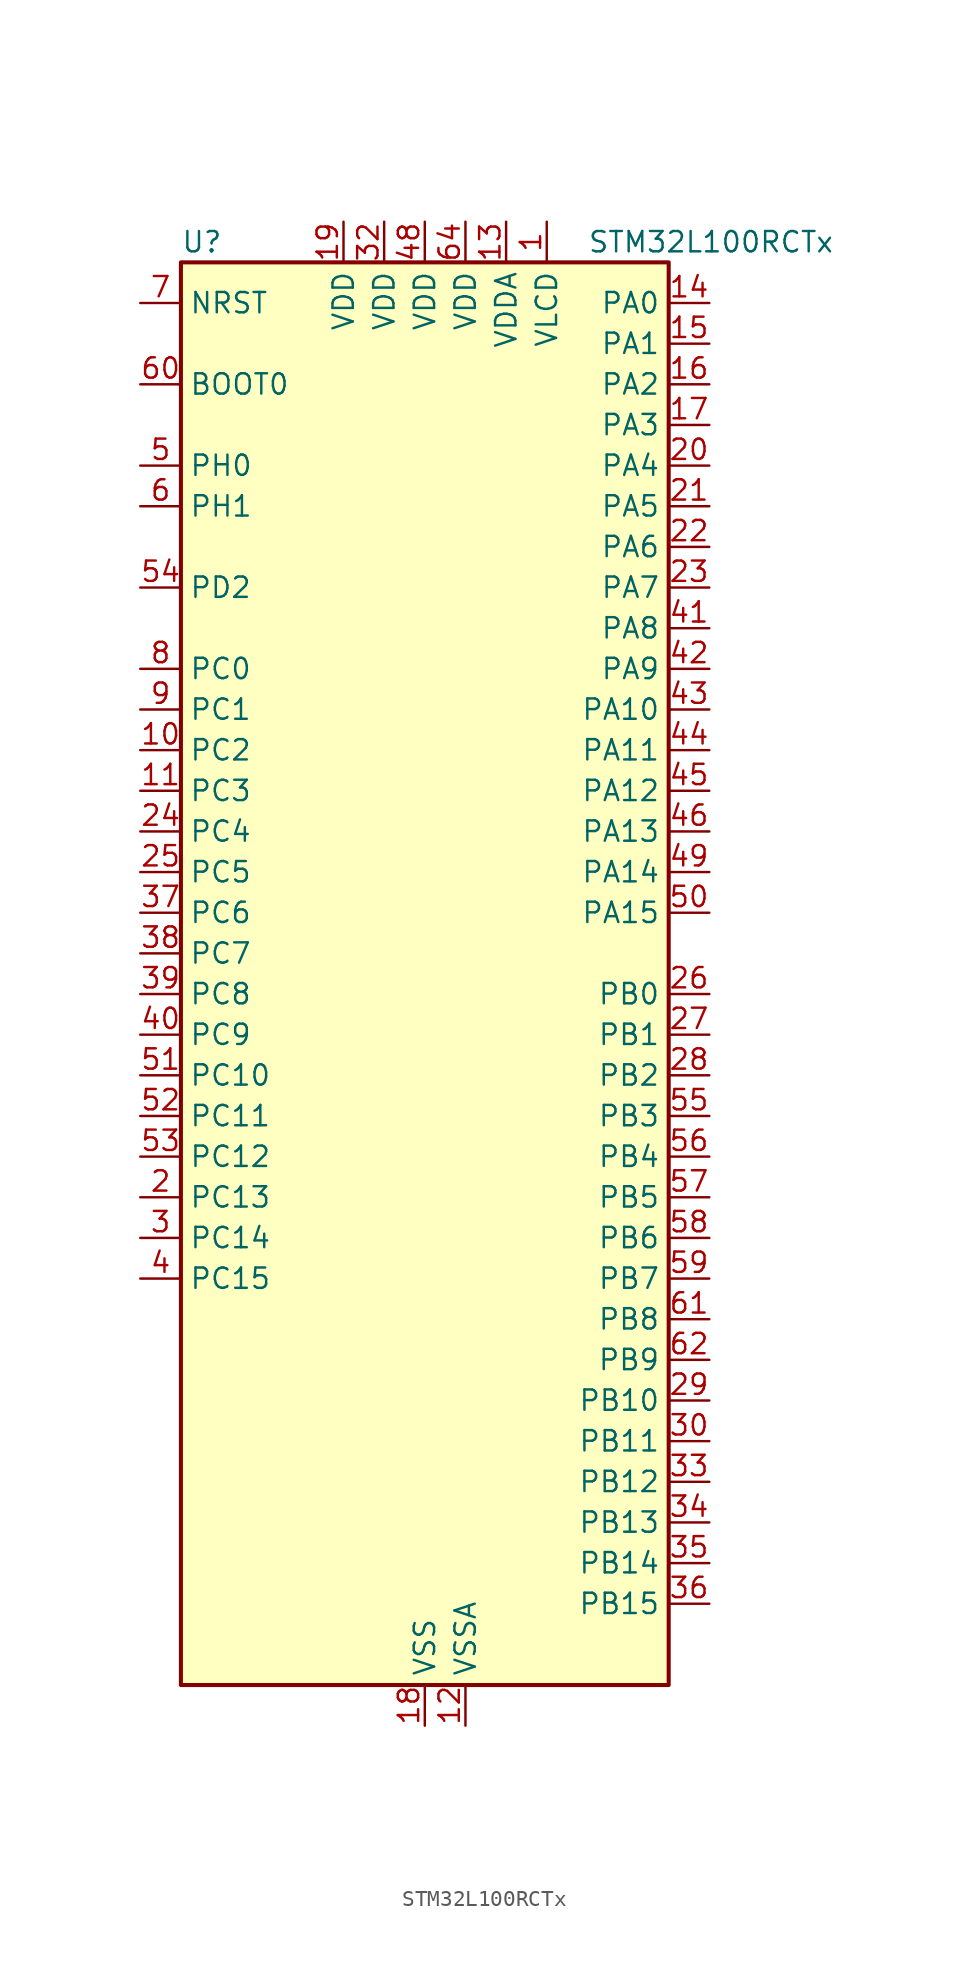
<source format=kicad_sym>
(kicad_symbol_lib
  (version 20220914)
  (generator kicad_symbol_editor)
  (symbol "STM32L100RCTx"
    (property "Reference" "U"
      (at -15.24 46.99 0)
      (effects (font (size 1.27 1.27)) (justify left)))
    (property "Value" "STM32L100RCTx"
      (at 10.16 46.99 0)
      (effects (font (size 1.27 1.27)) (justify left)))
    (property "ki_locked" ""
      (at 0 0 0)
      (effects (font (size 1.27 1.27))))
    (symbol "STM32L100RCTx_0_1"
      (rectangle (start -15.24 -43.18) (end 15.24 45.72) (stroke (width 0.254) (type default)) (fill (type background))))
    (symbol "STM32L100RCTx_1_1"
      (pin power_in line (at 7.62 48.26 270) (length 2.54) (name "VLCD" (effects (font (size 1.27 1.27)))) (number "1" (effects (font (size 1.27 1.27)))))
      (pin bidirectional line (at -17.78 15.24 0) (length 2.54) (name "PC2" (effects (font (size 1.27 1.27)))) (number "10" (effects (font (size 1.27 1.27)))) (alternate "ADC_IN12" bidirectional line) (alternate "COMP1_INP" bidirectional line) (alternate "LCD_SEG20" bidirectional line) (alternate "TIMX_IC3" bidirectional line))
      (pin bidirectional line (at -17.78 12.7 0) (length 2.54) (name "PC3" (effects (font (size 1.27 1.27)))) (number "11" (effects (font (size 1.27 1.27)))) (alternate "ADC_IN13" bidirectional line) (alternate "COMP1_INP" bidirectional line) (alternate "LCD_SEG21" bidirectional line) (alternate "TIMX_IC4" bidirectional line))
      (pin power_in line (at 2.54 -45.72 90) (length 2.54) (name "VSSA" (effects (font (size 1.27 1.27)))) (number "12" (effects (font (size 1.27 1.27)))))
      (pin power_in line (at 5.08 48.26 270) (length 2.54) (name "VDDA" (effects (font (size 1.27 1.27)))) (number "13" (effects (font (size 1.27 1.27)))))
      (pin bidirectional line (at 17.78 43.18 180) (length 2.54) (name "PA0" (effects (font (size 1.27 1.27)))) (number "14" (effects (font (size 1.27 1.27)))) (alternate "ADC_IN0" bidirectional line) (alternate "COMP1_INP" bidirectional line) (alternate "RTC_TAMP2" bidirectional line) (alternate "SYS_WKUP1" bidirectional line) (alternate "TIM2_CH1" bidirectional line) (alternate "TIM2_ETR" bidirectional line) (alternate "TIMX_IC1" bidirectional line) (alternate "USART2_CTS" bidirectional line))
      (pin bidirectional line (at 17.78 40.64 180) (length 2.54) (name "PA1" (effects (font (size 1.27 1.27)))) (number "15" (effects (font (size 1.27 1.27)))) (alternate "ADC_IN1" bidirectional line) (alternate "COMP1_INP" bidirectional line) (alternate "LCD_SEG0" bidirectional line) (alternate "TIM2_CH2" bidirectional line) (alternate "TIMX_IC2" bidirectional line) (alternate "USART2_RTS" bidirectional line))
      (pin bidirectional line (at 17.78 38.1 180) (length 2.54) (name "PA2" (effects (font (size 1.27 1.27)))) (number "16" (effects (font (size 1.27 1.27)))) (alternate "ADC_IN2" bidirectional line) (alternate "COMP1_INP" bidirectional line) (alternate "LCD_SEG1" bidirectional line) (alternate "TIM2_CH3" bidirectional line) (alternate "TIM9_CH1" bidirectional line) (alternate "TIMX_IC3" bidirectional line) (alternate "USART2_TX" bidirectional line))
      (pin bidirectional line (at 17.78 35.56 180) (length 2.54) (name "PA3" (effects (font (size 1.27 1.27)))) (number "17" (effects (font (size 1.27 1.27)))) (alternate "ADC_IN3" bidirectional line) (alternate "COMP1_INP" bidirectional line) (alternate "LCD_SEG2" bidirectional line) (alternate "TIM2_CH4" bidirectional line) (alternate "TIM9_CH2" bidirectional line) (alternate "TIMX_IC4" bidirectional line) (alternate "USART2_RX" bidirectional line))
      (pin power_in line (at 0 -45.72 90) (length 2.54) (name "VSS" (effects (font (size 1.27 1.27)))) (number "18" (effects (font (size 1.27 1.27)))))
      (pin power_in line (at -5.08 48.26 270) (length 2.54) (name "VDD" (effects (font (size 1.27 1.27)))) (number "19" (effects (font (size 1.27 1.27)))))
      (pin bidirectional line (at -17.78 -12.7 0) (length 2.54) (name "PC13" (effects (font (size 1.27 1.27)))) (number "2" (effects (font (size 1.27 1.27)))) (alternate "RTC_OUT_ALARM" bidirectional line) (alternate "RTC_OUT_CALIB" bidirectional line) (alternate "RTC_TAMP1" bidirectional line) (alternate "RTC_TS" bidirectional line) (alternate "SYS_WKUP2" bidirectional line) (alternate "TIMX_IC2" bidirectional line))
      (pin bidirectional line (at 17.78 33.02 180) (length 2.54) (name "PA4" (effects (font (size 1.27 1.27)))) (number "20" (effects (font (size 1.27 1.27)))) (alternate "ADC_IN4" bidirectional line) (alternate "COMP1_INP" bidirectional line) (alternate "DAC_OUT1" bidirectional line) (alternate "I2S3_WS" bidirectional line) (alternate "SPI1_NSS" bidirectional line) (alternate "SPI3_NSS" bidirectional line) (alternate "TIMX_IC1" bidirectional line) (alternate "USART2_CK" bidirectional line))
      (pin bidirectional line (at 17.78 30.48 180) (length 2.54) (name "PA5" (effects (font (size 1.27 1.27)))) (number "21" (effects (font (size 1.27 1.27)))) (alternate "ADC_IN5" bidirectional line) (alternate "COMP1_INP" bidirectional line) (alternate "DAC_OUT2" bidirectional line) (alternate "SPI1_SCK" bidirectional line) (alternate "TIM2_CH1" bidirectional line) (alternate "TIM2_ETR" bidirectional line) (alternate "TIMX_IC2" bidirectional line))
      (pin bidirectional line (at 17.78 27.94 180) (length 2.54) (name "PA6" (effects (font (size 1.27 1.27)))) (number "22" (effects (font (size 1.27 1.27)))) (alternate "ADC_IN6" bidirectional line) (alternate "COMP1_INP" bidirectional line) (alternate "LCD_SEG3" bidirectional line) (alternate "SPI1_MISO" bidirectional line) (alternate "TIM10_CH1" bidirectional line) (alternate "TIM3_CH1" bidirectional line) (alternate "TIMX_IC3" bidirectional line))
      (pin bidirectional line (at 17.78 25.4 180) (length 2.54) (name "PA7" (effects (font (size 1.27 1.27)))) (number "23" (effects (font (size 1.27 1.27)))) (alternate "ADC_IN7" bidirectional line) (alternate "COMP1_INP" bidirectional line) (alternate "LCD_SEG4" bidirectional line) (alternate "SPI1_MOSI" bidirectional line) (alternate "TIM11_CH1" bidirectional line) (alternate "TIM3_CH2" bidirectional line) (alternate "TIMX_IC4" bidirectional line))
      (pin bidirectional line (at -17.78 10.16 0) (length 2.54) (name "PC4" (effects (font (size 1.27 1.27)))) (number "24" (effects (font (size 1.27 1.27)))) (alternate "ADC_IN14" bidirectional line) (alternate "COMP1_INP" bidirectional line) (alternate "LCD_SEG22" bidirectional line) (alternate "TIMX_IC1" bidirectional line))
      (pin bidirectional line (at -17.78 7.62 0) (length 2.54) (name "PC5" (effects (font (size 1.27 1.27)))) (number "25" (effects (font (size 1.27 1.27)))) (alternate "ADC_IN15" bidirectional line) (alternate "COMP1_INP" bidirectional line) (alternate "LCD_SEG23" bidirectional line) (alternate "TIMX_IC2" bidirectional line))
      (pin bidirectional line (at 17.78 0 180) (length 2.54) (name "PB0" (effects (font (size 1.27 1.27)))) (number "26" (effects (font (size 1.27 1.27)))) (alternate "ADC_IN8" bidirectional line) (alternate "COMP1_INP" bidirectional line) (alternate "LCD_SEG5" bidirectional line) (alternate "SYS_V_REF_OUT" bidirectional line) (alternate "TIM3_CH3" bidirectional line))
      (pin bidirectional line (at 17.78 -2.54 180) (length 2.54) (name "PB1" (effects (font (size 1.27 1.27)))) (number "27" (effects (font (size 1.27 1.27)))) (alternate "ADC_IN9" bidirectional line) (alternate "COMP1_INP" bidirectional line) (alternate "LCD_SEG6" bidirectional line) (alternate "SYS_V_REF_OUT" bidirectional line) (alternate "TIM3_CH4" bidirectional line))
      (pin bidirectional line (at 17.78 -5.08 180) (length 2.54) (name "PB2" (effects (font (size 1.27 1.27)))) (number "28" (effects (font (size 1.27 1.27)))) (alternate "COMP1_INP" bidirectional line))
      (pin bidirectional line (at 17.78 -25.4 180) (length 2.54) (name "PB10" (effects (font (size 1.27 1.27)))) (number "29" (effects (font (size 1.27 1.27)))) (alternate "I2C2_SCL" bidirectional line) (alternate "LCD_SEG10" bidirectional line) (alternate "TIM2_CH3" bidirectional line) (alternate "USART3_TX" bidirectional line))
      (pin bidirectional line (at -17.78 -15.24 0) (length 2.54) (name "PC14" (effects (font (size 1.27 1.27)))) (number "3" (effects (font (size 1.27 1.27)))) (alternate "RCC_OSC32_IN" bidirectional line) (alternate "TIMX_IC3" bidirectional line))
      (pin bidirectional line (at 17.78 -27.94 180) (length 2.54) (name "PB11" (effects (font (size 1.27 1.27)))) (number "30" (effects (font (size 1.27 1.27)))) (alternate "ADC_EXTI11" bidirectional line) (alternate "I2C2_SDA" bidirectional line) (alternate "LCD_SEG11" bidirectional line) (alternate "TIM2_CH4" bidirectional line) (alternate "USART3_RX" bidirectional line))
      (pin passive line (at 0 -45.72 90) (length 2.54) hide (name "VSS" (effects (font (size 1.27 1.27)))) (number "31" (effects (font (size 1.27 1.27)))))
      (pin power_in line (at -2.54 48.26 270) (length 2.54) (name "VDD" (effects (font (size 1.27 1.27)))) (number "32" (effects (font (size 1.27 1.27)))))
      (pin bidirectional line (at 17.78 -30.48 180) (length 2.54) (name "PB12" (effects (font (size 1.27 1.27)))) (number "33" (effects (font (size 1.27 1.27)))) (alternate "ADC_IN18" bidirectional line) (alternate "COMP1_INP" bidirectional line) (alternate "I2C2_SMBA" bidirectional line) (alternate "I2S2_WS" bidirectional line) (alternate "LCD_SEG12" bidirectional line) (alternate "SPI2_NSS" bidirectional line) (alternate "TIM10_CH1" bidirectional line) (alternate "USART3_CK" bidirectional line))
      (pin bidirectional line (at 17.78 -33.02 180) (length 2.54) (name "PB13" (effects (font (size 1.27 1.27)))) (number "34" (effects (font (size 1.27 1.27)))) (alternate "ADC_IN19" bidirectional line) (alternate "COMP1_INP" bidirectional line) (alternate "I2S2_CK" bidirectional line) (alternate "LCD_SEG13" bidirectional line) (alternate "SPI2_SCK" bidirectional line) (alternate "TIM9_CH1" bidirectional line) (alternate "USART3_CTS" bidirectional line))
      (pin bidirectional line (at 17.78 -35.56 180) (length 2.54) (name "PB14" (effects (font (size 1.27 1.27)))) (number "35" (effects (font (size 1.27 1.27)))) (alternate "ADC_IN20" bidirectional line) (alternate "COMP1_INP" bidirectional line) (alternate "LCD_SEG14" bidirectional line) (alternate "SPI2_MISO" bidirectional line) (alternate "TIM9_CH2" bidirectional line) (alternate "USART3_RTS" bidirectional line))
      (pin bidirectional line (at 17.78 -38.1 180) (length 2.54) (name "PB15" (effects (font (size 1.27 1.27)))) (number "36" (effects (font (size 1.27 1.27)))) (alternate "ADC_EXTI15" bidirectional line) (alternate "ADC_IN21" bidirectional line) (alternate "COMP1_INP" bidirectional line) (alternate "I2S2_SD" bidirectional line) (alternate "LCD_SEG15" bidirectional line) (alternate "RTC_REFIN" bidirectional line) (alternate "SPI2_MOSI" bidirectional line) (alternate "TIM11_CH1" bidirectional line))
      (pin bidirectional line (at -17.78 5.08 0) (length 2.54) (name "PC6" (effects (font (size 1.27 1.27)))) (number "37" (effects (font (size 1.27 1.27)))) (alternate "I2S2_MCK" bidirectional line) (alternate "LCD_SEG24" bidirectional line) (alternate "TIM3_CH1" bidirectional line) (alternate "TIMX_IC3" bidirectional line))
      (pin bidirectional line (at -17.78 2.54 0) (length 2.54) (name "PC7" (effects (font (size 1.27 1.27)))) (number "38" (effects (font (size 1.27 1.27)))) (alternate "I2S3_MCK" bidirectional line) (alternate "LCD_SEG25" bidirectional line) (alternate "TIM3_CH2" bidirectional line) (alternate "TIMX_IC4" bidirectional line))
      (pin bidirectional line (at -17.78 0 0) (length 2.54) (name "PC8" (effects (font (size 1.27 1.27)))) (number "39" (effects (font (size 1.27 1.27)))) (alternate "LCD_SEG26" bidirectional line) (alternate "TIM3_CH3" bidirectional line) (alternate "TIMX_IC1" bidirectional line))
      (pin bidirectional line (at -17.78 -17.78 0) (length 2.54) (name "PC15" (effects (font (size 1.27 1.27)))) (number "4" (effects (font (size 1.27 1.27)))) (alternate "ADC_EXTI15" bidirectional line) (alternate "RCC_OSC32_OUT" bidirectional line) (alternate "TIMX_IC4" bidirectional line))
      (pin bidirectional line (at -17.78 -2.54 0) (length 2.54) (name "PC9" (effects (font (size 1.27 1.27)))) (number "40" (effects (font (size 1.27 1.27)))) (alternate "DAC_EXTI9" bidirectional line) (alternate "LCD_SEG27" bidirectional line) (alternate "TIM3_CH4" bidirectional line) (alternate "TIMX_IC2" bidirectional line))
      (pin bidirectional line (at 17.78 22.86 180) (length 2.54) (name "PA8" (effects (font (size 1.27 1.27)))) (number "41" (effects (font (size 1.27 1.27)))) (alternate "LCD_COM0" bidirectional line) (alternate "RCC_MCO" bidirectional line) (alternate "TIMX_IC1" bidirectional line) (alternate "USART1_CK" bidirectional line))
      (pin bidirectional line (at 17.78 20.32 180) (length 2.54) (name "PA9" (effects (font (size 1.27 1.27)))) (number "42" (effects (font (size 1.27 1.27)))) (alternate "DAC_EXTI9" bidirectional line) (alternate "LCD_COM1" bidirectional line) (alternate "TIMX_IC2" bidirectional line) (alternate "USART1_TX" bidirectional line))
      (pin bidirectional line (at 17.78 17.78 180) (length 2.54) (name "PA10" (effects (font (size 1.27 1.27)))) (number "43" (effects (font (size 1.27 1.27)))) (alternate "LCD_COM2" bidirectional line) (alternate "TIMX_IC3" bidirectional line) (alternate "USART1_RX" bidirectional line))
      (pin bidirectional line (at 17.78 15.24 180) (length 2.54) (name "PA11" (effects (font (size 1.27 1.27)))) (number "44" (effects (font (size 1.27 1.27)))) (alternate "ADC_EXTI11" bidirectional line) (alternate "SPI1_MISO" bidirectional line) (alternate "TIMX_IC4" bidirectional line) (alternate "USART1_CTS" bidirectional line) (alternate "USB_DM" bidirectional line))
      (pin bidirectional line (at 17.78 12.7 180) (length 2.54) (name "PA12" (effects (font (size 1.27 1.27)))) (number "45" (effects (font (size 1.27 1.27)))) (alternate "SPI1_MOSI" bidirectional line) (alternate "TIMX_IC1" bidirectional line) (alternate "USART1_RTS" bidirectional line) (alternate "USB_DP" bidirectional line))
      (pin bidirectional line (at 17.78 10.16 180) (length 2.54) (name "PA13" (effects (font (size 1.27 1.27)))) (number "46" (effects (font (size 1.27 1.27)))) (alternate "SYS_JTMS-SWDIO" bidirectional line) (alternate "TIMX_IC2" bidirectional line))
      (pin passive line (at 0 -45.72 90) (length 2.54) hide (name "VSS" (effects (font (size 1.27 1.27)))) (number "47" (effects (font (size 1.27 1.27)))))
      (pin power_in line (at 0 48.26 270) (length 2.54) (name "VDD" (effects (font (size 1.27 1.27)))) (number "48" (effects (font (size 1.27 1.27)))))
      (pin bidirectional line (at 17.78 7.62 180) (length 2.54) (name "PA14" (effects (font (size 1.27 1.27)))) (number "49" (effects (font (size 1.27 1.27)))) (alternate "SYS_JTCK-SWCLK" bidirectional line) (alternate "TIMX_IC3" bidirectional line))
      (pin bidirectional line (at -17.78 33.02 0) (length 2.54) (name "PH0" (effects (font (size 1.27 1.27)))) (number "5" (effects (font (size 1.27 1.27)))) (alternate "RCC_OSC_IN" bidirectional line))
      (pin bidirectional line (at 17.78 5.08 180) (length 2.54) (name "PA15" (effects (font (size 1.27 1.27)))) (number "50" (effects (font (size 1.27 1.27)))) (alternate "ADC_EXTI15" bidirectional line) (alternate "I2S3_WS" bidirectional line) (alternate "LCD_SEG17" bidirectional line) (alternate "SPI1_NSS" bidirectional line) (alternate "SPI3_NSS" bidirectional line) (alternate "SYS_JTDI" bidirectional line) (alternate "TIM2_CH1" bidirectional line) (alternate "TIM2_ETR" bidirectional line) (alternate "TIMX_IC4" bidirectional line))
      (pin bidirectional line (at -17.78 -5.08 0) (length 2.54) (name "PC10" (effects (font (size 1.27 1.27)))) (number "51" (effects (font (size 1.27 1.27)))) (alternate "I2S3_CK" bidirectional line) (alternate "LCD_COM4" bidirectional line) (alternate "LCD_SEG28" bidirectional line) (alternate "SPI3_SCK" bidirectional line) (alternate "TIMX_IC3" bidirectional line) (alternate "USART3_TX" bidirectional line))
      (pin bidirectional line (at -17.78 -7.62 0) (length 2.54) (name "PC11" (effects (font (size 1.27 1.27)))) (number "52" (effects (font (size 1.27 1.27)))) (alternate "ADC_EXTI11" bidirectional line) (alternate "LCD_COM5" bidirectional line) (alternate "LCD_SEG29" bidirectional line) (alternate "SPI3_MISO" bidirectional line) (alternate "TIMX_IC4" bidirectional line) (alternate "USART3_RX" bidirectional line))
      (pin bidirectional line (at -17.78 -10.16 0) (length 2.54) (name "PC12" (effects (font (size 1.27 1.27)))) (number "53" (effects (font (size 1.27 1.27)))) (alternate "I2S3_SD" bidirectional line) (alternate "LCD_COM6" bidirectional line) (alternate "LCD_SEG30" bidirectional line) (alternate "SPI3_MOSI" bidirectional line) (alternate "TIMX_IC1" bidirectional line) (alternate "USART3_CK" bidirectional line))
      (pin bidirectional line (at -17.78 25.4 0) (length 2.54) (name "PD2" (effects (font (size 1.27 1.27)))) (number "54" (effects (font (size 1.27 1.27)))) (alternate "LCD_COM7" bidirectional line) (alternate "LCD_SEG31" bidirectional line) (alternate "TIM3_ETR" bidirectional line) (alternate "TIMX_IC3" bidirectional line))
      (pin bidirectional line (at 17.78 -7.62 180) (length 2.54) (name "PB3" (effects (font (size 1.27 1.27)))) (number "55" (effects (font (size 1.27 1.27)))) (alternate "COMP2_INM" bidirectional line) (alternate "I2S3_CK" bidirectional line) (alternate "LCD_SEG7" bidirectional line) (alternate "SPI1_SCK" bidirectional line) (alternate "SPI3_SCK" bidirectional line) (alternate "SYS_JTDO-TRACESWO" bidirectional line) (alternate "TIM2_CH2" bidirectional line))
      (pin bidirectional line (at 17.78 -10.16 180) (length 2.54) (name "PB4" (effects (font (size 1.27 1.27)))) (number "56" (effects (font (size 1.27 1.27)))) (alternate "COMP2_INP" bidirectional line) (alternate "LCD_SEG8" bidirectional line) (alternate "SPI1_MISO" bidirectional line) (alternate "SPI3_MISO" bidirectional line) (alternate "SYS_JTRST" bidirectional line) (alternate "TIM3_CH1" bidirectional line))
      (pin bidirectional line (at 17.78 -12.7 180) (length 2.54) (name "PB5" (effects (font (size 1.27 1.27)))) (number "57" (effects (font (size 1.27 1.27)))) (alternate "COMP2_INP" bidirectional line) (alternate "I2C1_SMBA" bidirectional line) (alternate "I2S3_SD" bidirectional line) (alternate "LCD_SEG9" bidirectional line) (alternate "SPI1_MOSI" bidirectional line) (alternate "SPI3_MOSI" bidirectional line) (alternate "TIM3_CH2" bidirectional line))
      (pin bidirectional line (at 17.78 -15.24 180) (length 2.54) (name "PB6" (effects (font (size 1.27 1.27)))) (number "58" (effects (font (size 1.27 1.27)))) (alternate "COMP2_INP" bidirectional line) (alternate "I2C1_SCL" bidirectional line) (alternate "TIM4_CH1" bidirectional line) (alternate "USART1_TX" bidirectional line))
      (pin bidirectional line (at 17.78 -17.78 180) (length 2.54) (name "PB7" (effects (font (size 1.27 1.27)))) (number "59" (effects (font (size 1.27 1.27)))) (alternate "COMP2_INP" bidirectional line) (alternate "I2C1_SDA" bidirectional line) (alternate "SYS_PVD_IN" bidirectional line) (alternate "TIM4_CH2" bidirectional line) (alternate "USART1_RX" bidirectional line))
      (pin bidirectional line (at -17.78 30.48 0) (length 2.54) (name "PH1" (effects (font (size 1.27 1.27)))) (number "6" (effects (font (size 1.27 1.27)))) (alternate "RCC_OSC_OUT" bidirectional line))
      (pin input line (at -17.78 38.1 0) (length 2.54) (name "BOOT0" (effects (font (size 1.27 1.27)))) (number "60" (effects (font (size 1.27 1.27)))))
      (pin bidirectional line (at 17.78 -20.32 180) (length 2.54) (name "PB8" (effects (font (size 1.27 1.27)))) (number "61" (effects (font (size 1.27 1.27)))) (alternate "I2C1_SCL" bidirectional line) (alternate "LCD_SEG16" bidirectional line) (alternate "TIM10_CH1" bidirectional line) (alternate "TIM4_CH3" bidirectional line))
      (pin bidirectional line (at 17.78 -22.86 180) (length 2.54) (name "PB9" (effects (font (size 1.27 1.27)))) (number "62" (effects (font (size 1.27 1.27)))) (alternate "DAC_EXTI9" bidirectional line) (alternate "I2C1_SDA" bidirectional line) (alternate "LCD_COM3" bidirectional line) (alternate "TIM11_CH1" bidirectional line) (alternate "TIM4_CH4" bidirectional line))
      (pin passive line (at 0 -45.72 90) (length 2.54) hide (name "VSS" (effects (font (size 1.27 1.27)))) (number "63" (effects (font (size 1.27 1.27)))))
      (pin power_in line (at 2.54 48.26 270) (length 2.54) (name "VDD" (effects (font (size 1.27 1.27)))) (number "64" (effects (font (size 1.27 1.27)))))
      (pin input line (at -17.78 43.18 0) (length 2.54) (name "NRST" (effects (font (size 1.27 1.27)))) (number "7" (effects (font (size 1.27 1.27)))))
      (pin bidirectional line (at -17.78 20.32 0) (length 2.54) (name "PC0" (effects (font (size 1.27 1.27)))) (number "8" (effects (font (size 1.27 1.27)))) (alternate "ADC_IN10" bidirectional line) (alternate "COMP1_INP" bidirectional line) (alternate "LCD_SEG18" bidirectional line) (alternate "TIMX_IC1" bidirectional line))
      (pin bidirectional line (at -17.78 17.78 0) (length 2.54) (name "PC1" (effects (font (size 1.27 1.27)))) (number "9" (effects (font (size 1.27 1.27)))) (alternate "ADC_IN11" bidirectional line) (alternate "COMP1_INP" bidirectional line) (alternate "LCD_SEG19" bidirectional line) (alternate "TIMX_IC2" bidirectional line)))))
</source>
